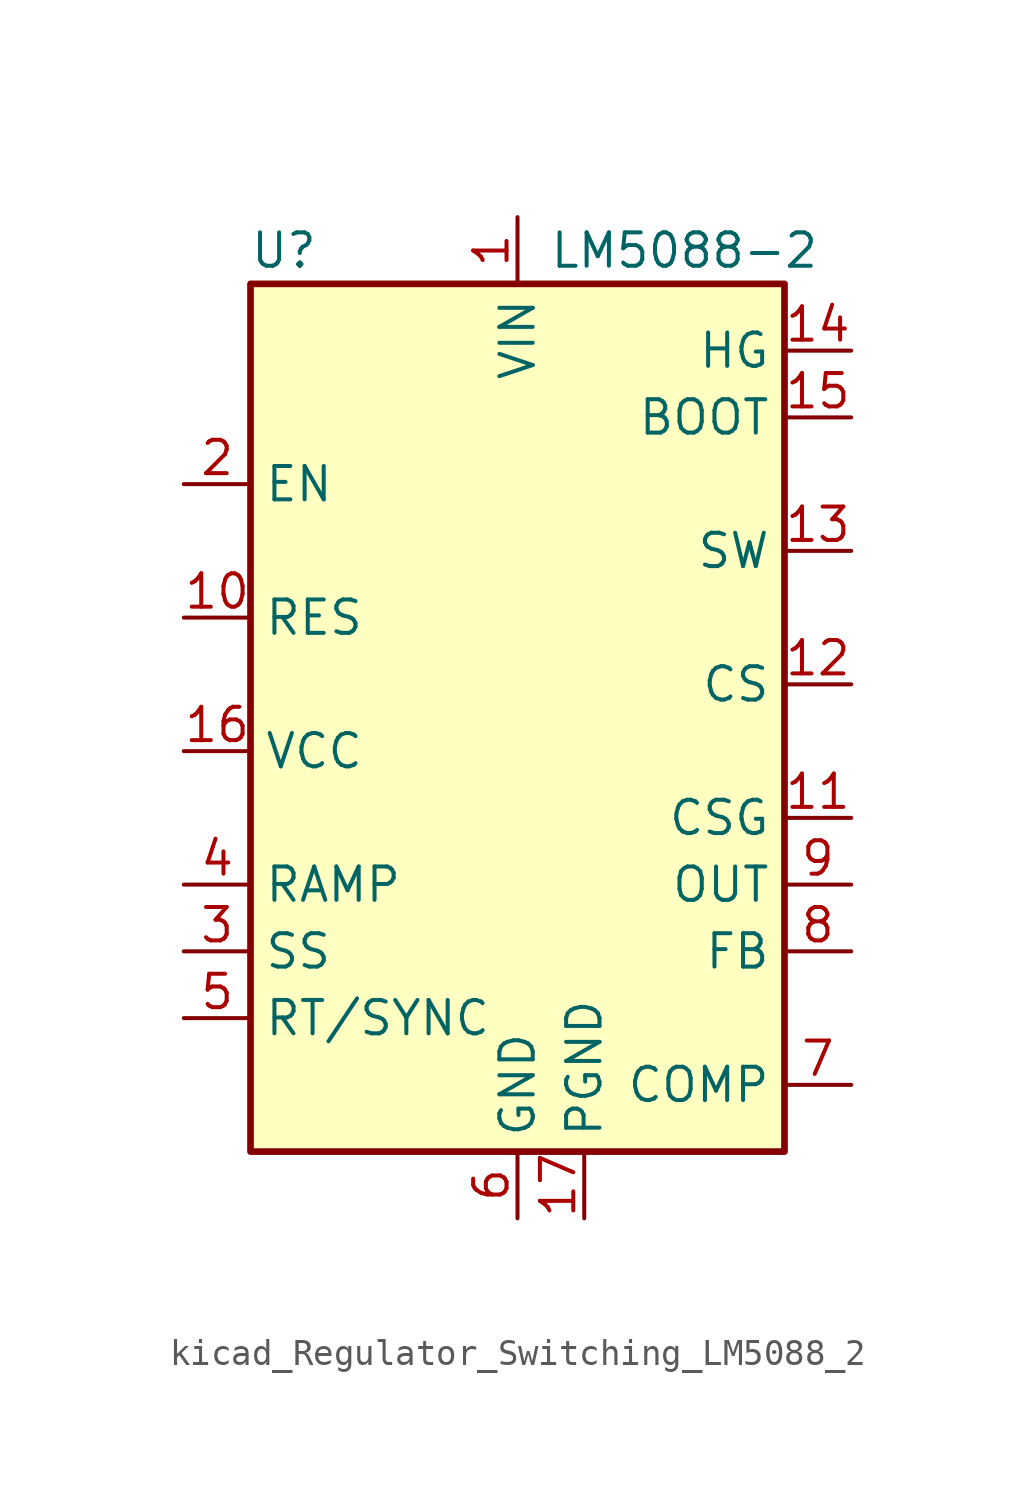
<source format=kicad_sym>
(kicad_symbol_lib
  (version 20220914)
  (generator kicad_symbol_editor)
  (symbol "kicad_Regulator_Switching_LM5088_2"
    (property "Reference" "U"
      (at -8.89 16.51 0)
      (effects (font (size 1.27 1.27))))
    (property "Value" "LM5088-2"
      (at 6.35 16.51 0)
      (effects (font (size 1.27 1.27))))
    (symbol "kicad_Regulator_Switching_LM5088_2_0_1"
      (rectangle (start -10.16 15.24) (end 10.16 -17.78) (stroke (width 0.254) (type default)) (fill (type background))))
    (symbol "kicad_Regulator_Switching_LM5088_2_1_1"
      (pin power_in line (at 0 17.78 270) (length 2.54) (name "VIN" (effects (font (size 1.27 1.27)))) (number "1" (effects (font (size 1.27 1.27)))))
      (pin passive line (at -12.7 2.54 0) (length 2.54) (name "RES" (effects (font (size 1.27 1.27)))) (number "10" (effects (font (size 1.27 1.27)))))
      (pin passive line (at 12.7 -5.08 180) (length 2.54) (name "CSG" (effects (font (size 1.27 1.27)))) (number "11" (effects (font (size 1.27 1.27)))))
      (pin input line (at 12.7 0 180) (length 2.54) (name "CS" (effects (font (size 1.27 1.27)))) (number "12" (effects (font (size 1.27 1.27)))))
      (pin output line (at 12.7 5.08 180) (length 2.54) (name "SW" (effects (font (size 1.27 1.27)))) (number "13" (effects (font (size 1.27 1.27)))))
      (pin output line (at 12.7 12.7 180) (length 2.54) (name "HG" (effects (font (size 1.27 1.27)))) (number "14" (effects (font (size 1.27 1.27)))))
      (pin passive line (at 12.7 10.16 180) (length 2.54) (name "BOOT" (effects (font (size 1.27 1.27)))) (number "15" (effects (font (size 1.27 1.27)))))
      (pin power_out line (at -12.7 -2.54 0) (length 2.54) (name "VCC" (effects (font (size 1.27 1.27)))) (number "16" (effects (font (size 1.27 1.27)))))
      (pin passive line (at 2.54 -20.32 90) (length 2.54) (name "PGND" (effects (font (size 1.27 1.27)))) (number "17" (effects (font (size 1.27 1.27)))))
      (pin input line (at -12.7 7.62 0) (length 2.54) (name "EN" (effects (font (size 1.27 1.27)))) (number "2" (effects (font (size 1.27 1.27)))))
      (pin input line (at -12.7 -10.16 0) (length 2.54) (name "SS" (effects (font (size 1.27 1.27)))) (number "3" (effects (font (size 1.27 1.27)))))
      (pin passive line (at -12.7 -7.62 0) (length 2.54) (name "RAMP" (effects (font (size 1.27 1.27)))) (number "4" (effects (font (size 1.27 1.27)))))
      (pin passive line (at -12.7 -12.7 0) (length 2.54) (name "RT/SYNC" (effects (font (size 1.27 1.27)))) (number "5" (effects (font (size 1.27 1.27)))))
      (pin power_in line (at 0 -20.32 90) (length 2.54) (name "GND" (effects (font (size 1.27 1.27)))) (number "6" (effects (font (size 1.27 1.27)))))
      (pin passive line (at 12.7 -15.24 180) (length 2.54) (name "COMP" (effects (font (size 1.27 1.27)))) (number "7" (effects (font (size 1.27 1.27)))))
      (pin input line (at 12.7 -10.16 180) (length 2.54) (name "FB" (effects (font (size 1.27 1.27)))) (number "8" (effects (font (size 1.27 1.27)))))
      (pin input line (at 12.7 -7.62 180) (length 2.54) (name "OUT" (effects (font (size 1.27 1.27)))) (number "9" (effects (font (size 1.27 1.27))))))))
</source>
